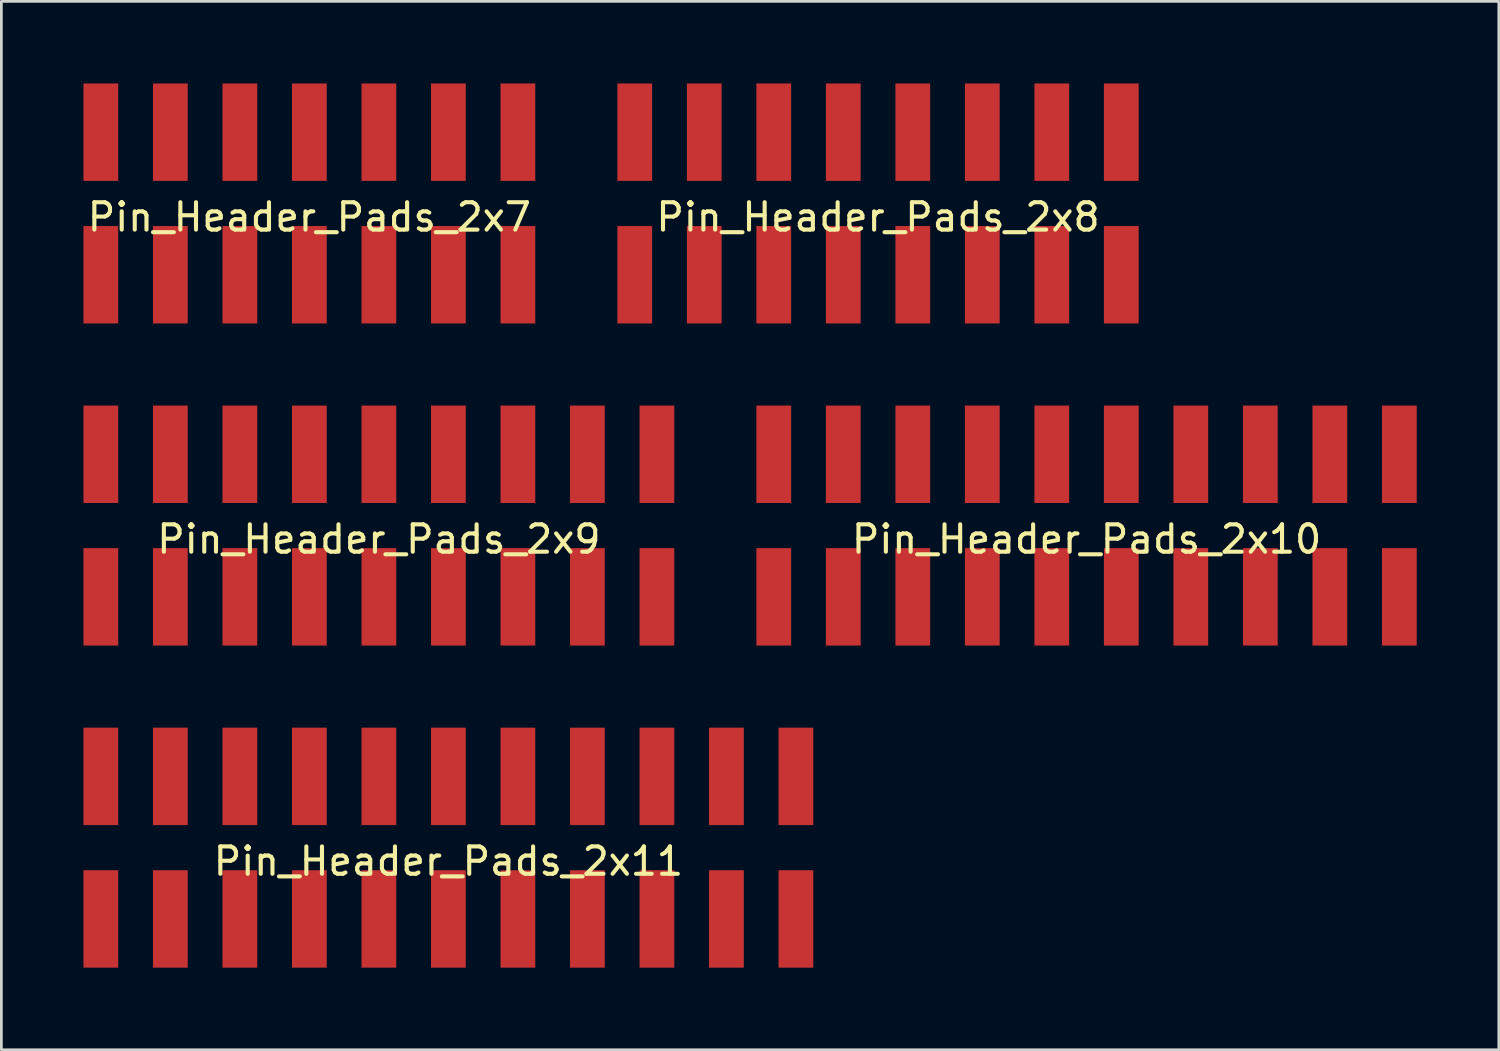
<source format=kicad_pcb>
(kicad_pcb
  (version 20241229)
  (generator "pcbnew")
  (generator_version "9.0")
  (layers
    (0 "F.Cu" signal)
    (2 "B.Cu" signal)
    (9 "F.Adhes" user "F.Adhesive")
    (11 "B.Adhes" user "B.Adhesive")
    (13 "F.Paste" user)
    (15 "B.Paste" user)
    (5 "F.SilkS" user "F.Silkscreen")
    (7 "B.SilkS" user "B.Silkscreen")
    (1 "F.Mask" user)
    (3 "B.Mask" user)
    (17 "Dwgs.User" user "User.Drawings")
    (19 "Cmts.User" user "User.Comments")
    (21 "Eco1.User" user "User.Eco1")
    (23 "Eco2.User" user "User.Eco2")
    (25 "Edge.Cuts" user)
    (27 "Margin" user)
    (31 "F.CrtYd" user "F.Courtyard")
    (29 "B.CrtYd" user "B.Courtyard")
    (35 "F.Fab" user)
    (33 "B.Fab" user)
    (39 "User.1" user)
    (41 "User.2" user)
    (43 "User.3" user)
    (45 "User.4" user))
  (footprint "Pin_Header_Pads_2x10"
    (layer "F.Cu")
    (at 36.655 16.155)
    (property "Reference" "Pin_Header_Pads_2x10" (at 0 0.5 0) (layer "F.SilkS") (effects (font (size 1 1) (thickness 0.15))))
    (attr through_hole)
    (pad "1" smd rect (at -11.43 2.605) (size 1.27 3.56) (layers "F.Cu" "F.Mask" "F.Paste"))
    (pad "2" smd rect (at -11.43 -2.605) (size 1.27 3.56) (layers "F.Cu" "F.Mask" "F.Paste"))
    (pad "3" smd rect (at -8.89 2.605) (size 1.27 3.56) (layers "F.Cu" "F.Mask" "F.Paste"))
    (pad "4" smd rect (at -8.89 -2.605) (size 1.27 3.56) (layers "F.Cu" "F.Mask" "F.Paste"))
    (pad "5" smd rect (at -6.35 2.605) (size 1.27 3.56) (layers "F.Cu" "F.Mask" "F.Paste"))
    (pad "6" smd rect (at -6.35 -2.605) (size 1.27 3.56) (layers "F.Cu" "F.Mask" "F.Paste"))
    (pad "7" smd rect (at -3.81 2.605) (size 1.27 3.56) (layers "F.Cu" "F.Mask" "F.Paste"))
    (pad "8" smd rect (at -3.81 -2.605) (size 1.27 3.56) (layers "F.Cu" "F.Mask" "F.Paste"))
    (pad "9" smd rect (at -1.27 2.605) (size 1.27 3.56) (layers "F.Cu" "F.Mask" "F.Paste"))
    (pad "10" smd rect (at -1.27 -2.605) (size 1.27 3.56) (layers "F.Cu" "F.Mask" "F.Paste"))
    (pad "11" smd rect (at 1.27 2.605) (size 1.27 3.56) (layers "F.Cu" "F.Mask" "F.Paste"))
    (pad "12" smd rect (at 1.27 -2.605) (size 1.27 3.56) (layers "F.Cu" "F.Mask" "F.Paste"))
    (pad "13" smd rect (at 3.81 2.605) (size 1.27 3.56) (layers "F.Cu" "F.Mask" "F.Paste"))
    (pad "14" smd rect (at 3.81 -2.605) (size 1.27 3.56) (layers "F.Cu" "F.Mask" "F.Paste"))
    (pad "15" smd rect (at 6.35 2.605) (size 1.27 3.56) (layers "F.Cu" "F.Mask" "F.Paste"))
    (pad "16" smd rect (at 6.35 -2.605) (size 1.27 3.56) (layers "F.Cu" "F.Mask" "F.Paste"))
    (pad "17" smd rect (at 8.89 2.605) (size 1.27 3.56) (layers "F.Cu" "F.Mask" "F.Paste"))
    (pad "18" smd rect (at 8.89 -2.605) (size 1.27 3.56) (layers "F.Cu" "F.Mask" "F.Paste"))
    (pad "19" smd rect (at 11.43 2.605) (size 1.27 3.56) (layers "F.Cu" "F.Mask" "F.Paste"))
    (pad "20" smd rect (at 11.43 -2.605) (size 1.27 3.56) (layers "F.Cu" "F.Mask" "F.Paste")))
  (footprint "Pin_Header_Pads_2x8"
    (layer "F.Cu")
    (at 29.035 4.385)
    (property "Reference" "Pin_Header_Pads_2x8" (at 0 0.5 0) (layer "F.SilkS") (effects (font (size 1 1) (thickness 0.15))))
    (attr through_hole)
    (pad "1" smd rect (at -8.89 2.605) (size 1.27 3.56) (layers "F.Cu" "F.Mask" "F.Paste"))
    (pad "2" smd rect (at -8.89 -2.605) (size 1.27 3.56) (layers "F.Cu" "F.Mask" "F.Paste"))
    (pad "3" smd rect (at -6.35 2.605) (size 1.27 3.56) (layers "F.Cu" "F.Mask" "F.Paste"))
    (pad "4" smd rect (at -6.35 -2.605) (size 1.27 3.56) (layers "F.Cu" "F.Mask" "F.Paste"))
    (pad "5" smd rect (at -3.81 2.605) (size 1.27 3.56) (layers "F.Cu" "F.Mask" "F.Paste"))
    (pad "6" smd rect (at -3.81 -2.605) (size 1.27 3.56) (layers "F.Cu" "F.Mask" "F.Paste"))
    (pad "7" smd rect (at -1.27 2.605) (size 1.27 3.56) (layers "F.Cu" "F.Mask" "F.Paste"))
    (pad "8" smd rect (at -1.27 -2.605) (size 1.27 3.56) (layers "F.Cu" "F.Mask" "F.Paste"))
    (pad "9" smd rect (at 1.27 2.605) (size 1.27 3.56) (layers "F.Cu" "F.Mask" "F.Paste"))
    (pad "10" smd rect (at 1.27 -2.605) (size 1.27 3.56) (layers "F.Cu" "F.Mask" "F.Paste"))
    (pad "11" smd rect (at 3.81 2.605) (size 1.27 3.56) (layers "F.Cu" "F.Mask" "F.Paste"))
    (pad "12" smd rect (at 3.81 -2.605) (size 1.27 3.56) (layers "F.Cu" "F.Mask" "F.Paste"))
    (pad "13" smd rect (at 6.35 2.605) (size 1.27 3.56) (layers "F.Cu" "F.Mask" "F.Paste"))
    (pad "14" smd rect (at 6.35 -2.605) (size 1.27 3.56) (layers "F.Cu" "F.Mask" "F.Paste"))
    (pad "15" smd rect (at 8.89 2.605) (size 1.27 3.56) (layers "F.Cu" "F.Mask" "F.Paste"))
    (pad "16" smd rect (at 8.89 -2.605) (size 1.27 3.56) (layers "F.Cu" "F.Mask" "F.Paste")))
  (footprint "Pin_Header_Pads_2x11"
    (layer "F.Cu")
    (at 13.335 27.925)
    (property "Reference" "Pin_Header_Pads_2x11" (at 0 0.5 0) (layer "F.SilkS") (effects (font (size 1 1) (thickness 0.15))))
    (attr through_hole)
    (pad "1" smd rect (at -12.7 2.605) (size 1.27 3.56) (layers "F.Cu" "F.Mask" "F.Paste"))
    (pad "2" smd rect (at -12.7 -2.605) (size 1.27 3.56) (layers "F.Cu" "F.Mask" "F.Paste"))
    (pad "3" smd rect (at -10.16 2.605) (size 1.27 3.56) (layers "F.Cu" "F.Mask" "F.Paste"))
    (pad "4" smd rect (at -10.16 -2.605) (size 1.27 3.56) (layers "F.Cu" "F.Mask" "F.Paste"))
    (pad "5" smd rect (at -7.62 2.605) (size 1.27 3.56) (layers "F.Cu" "F.Mask" "F.Paste"))
    (pad "6" smd rect (at -7.62 -2.605) (size 1.27 3.56) (layers "F.Cu" "F.Mask" "F.Paste"))
    (pad "7" smd rect (at -5.08 2.605) (size 1.27 3.56) (layers "F.Cu" "F.Mask" "F.Paste"))
    (pad "8" smd rect (at -5.08 -2.605) (size 1.27 3.56) (layers "F.Cu" "F.Mask" "F.Paste"))
    (pad "9" smd rect (at -2.54 2.605) (size 1.27 3.56) (layers "F.Cu" "F.Mask" "F.Paste"))
    (pad "10" smd rect (at -2.54 -2.605) (size 1.27 3.56) (layers "F.Cu" "F.Mask" "F.Paste"))
    (pad "11" smd rect (at 0 2.605) (size 1.27 3.56) (layers "F.Cu" "F.Mask" "F.Paste"))
    (pad "12" smd rect (at 0 -2.605) (size 1.27 3.56) (layers "F.Cu" "F.Mask" "F.Paste"))
    (pad "13" smd rect (at 2.54 2.605) (size 1.27 3.56) (layers "F.Cu" "F.Mask" "F.Paste"))
    (pad "14" smd rect (at 2.54 -2.605) (size 1.27 3.56) (layers "F.Cu" "F.Mask" "F.Paste"))
    (pad "15" smd rect (at 5.08 2.605) (size 1.27 3.56) (layers "F.Cu" "F.Mask" "F.Paste"))
    (pad "16" smd rect (at 5.08 -2.605) (size 1.27 3.56) (layers "F.Cu" "F.Mask" "F.Paste"))
    (pad "17" smd rect (at 7.62 2.605) (size 1.27 3.56) (layers "F.Cu" "F.Mask" "F.Paste"))
    (pad "18" smd rect (at 7.62 -2.605) (size 1.27 3.56) (layers "F.Cu" "F.Mask" "F.Paste"))
    (pad "19" smd rect (at 10.16 2.605) (size 1.27 3.56) (layers "F.Cu" "F.Mask" "F.Paste"))
    (pad "20" smd rect (at 10.16 -2.605) (size 1.27 3.56) (layers "F.Cu" "F.Mask" "F.Paste"))
    (pad "21" smd rect (at 12.7 2.605) (size 1.27 3.56) (layers "F.Cu" "F.Mask" "F.Paste"))
    (pad "22" smd rect (at 12.7 -2.605) (size 1.27 3.56) (layers "F.Cu" "F.Mask" "F.Paste")))
  (footprint "Pin_Header_Pads_2x9"
    (layer "F.Cu")
    (at 10.795 16.155)
    (property "Reference" "Pin_Header_Pads_2x9" (at 0 0.5 0) (layer "F.SilkS") (effects (font (size 1 1) (thickness 0.15))))
    (attr through_hole)
    (pad "1" smd rect (at -10.16 2.605) (size 1.27 3.56) (layers "F.Cu" "F.Mask" "F.Paste"))
    (pad "2" smd rect (at -10.16 -2.605) (size 1.27 3.56) (layers "F.Cu" "F.Mask" "F.Paste"))
    (pad "3" smd rect (at -7.62 2.605) (size 1.27 3.56) (layers "F.Cu" "F.Mask" "F.Paste"))
    (pad "4" smd rect (at -7.62 -2.605) (size 1.27 3.56) (layers "F.Cu" "F.Mask" "F.Paste"))
    (pad "5" smd rect (at -5.08 2.605) (size 1.27 3.56) (layers "F.Cu" "F.Mask" "F.Paste"))
    (pad "6" smd rect (at -5.08 -2.605) (size 1.27 3.56) (layers "F.Cu" "F.Mask" "F.Paste"))
    (pad "7" smd rect (at -2.54 2.605) (size 1.27 3.56) (layers "F.Cu" "F.Mask" "F.Paste"))
    (pad "8" smd rect (at -2.54 -2.605) (size 1.27 3.56) (layers "F.Cu" "F.Mask" "F.Paste"))
    (pad "9" smd rect (at 0 2.605) (size 1.27 3.56) (layers "F.Cu" "F.Mask" "F.Paste"))
    (pad "10" smd rect (at 0 -2.605) (size 1.27 3.56) (layers "F.Cu" "F.Mask" "F.Paste"))
    (pad "11" smd rect (at 2.54 2.605) (size 1.27 3.56) (layers "F.Cu" "F.Mask" "F.Paste"))
    (pad "12" smd rect (at 2.54 -2.605) (size 1.27 3.56) (layers "F.Cu" "F.Mask" "F.Paste"))
    (pad "13" smd rect (at 5.08 2.605) (size 1.27 3.56) (layers "F.Cu" "F.Mask" "F.Paste"))
    (pad "14" smd rect (at 5.08 -2.605) (size 1.27 3.56) (layers "F.Cu" "F.Mask" "F.Paste"))
    (pad "15" smd rect (at 7.62 2.605) (size 1.27 3.56) (layers "F.Cu" "F.Mask" "F.Paste"))
    (pad "16" smd rect (at 7.62 -2.605) (size 1.27 3.56) (layers "F.Cu" "F.Mask" "F.Paste"))
    (pad "17" smd rect (at 10.16 2.605) (size 1.27 3.56) (layers "F.Cu" "F.Mask" "F.Paste"))
    (pad "18" smd rect (at 10.16 -2.605) (size 1.27 3.56) (layers "F.Cu" "F.Mask" "F.Paste")))
  (footprint "Pin_Header_Pads_2x7"
    (layer "F.Cu")
    (at 8.255 4.385)
    (property "Reference" "Pin_Header_Pads_2x7" (at 0 0.5 0) (layer "F.SilkS") (effects (font (size 1 1) (thickness 0.15))))
    (attr through_hole)
    (pad "1" smd rect (at -7.62 2.605) (size 1.27 3.56) (layers "F.Cu" "F.Mask" "F.Paste"))
    (pad "2" smd rect (at -7.62 -2.605) (size 1.27 3.56) (layers "F.Cu" "F.Mask" "F.Paste"))
    (pad "3" smd rect (at -5.08 2.605) (size 1.27 3.56) (layers "F.Cu" "F.Mask" "F.Paste"))
    (pad "4" smd rect (at -5.08 -2.605) (size 1.27 3.56) (layers "F.Cu" "F.Mask" "F.Paste"))
    (pad "5" smd rect (at -2.54 2.605) (size 1.27 3.56) (layers "F.Cu" "F.Mask" "F.Paste"))
    (pad "6" smd rect (at -2.54 -2.605) (size 1.27 3.56) (layers "F.Cu" "F.Mask" "F.Paste"))
    (pad "7" smd rect (at 0 2.605) (size 1.27 3.56) (layers "F.Cu" "F.Mask" "F.Paste"))
    (pad "8" smd rect (at 0 -2.605) (size 1.27 3.56) (layers "F.Cu" "F.Mask" "F.Paste"))
    (pad "9" smd rect (at 2.54 2.605) (size 1.27 3.56) (layers "F.Cu" "F.Mask" "F.Paste"))
    (pad "10" smd rect (at 2.54 -2.605) (size 1.27 3.56) (layers "F.Cu" "F.Mask" "F.Paste"))
    (pad "11" smd rect (at 5.08 2.605) (size 1.27 3.56) (layers "F.Cu" "F.Mask" "F.Paste"))
    (pad "12" smd rect (at 5.08 -2.605) (size 1.27 3.56) (layers "F.Cu" "F.Mask" "F.Paste"))
    (pad "13" smd rect (at 7.62 2.605) (size 1.27 3.56) (layers "F.Cu" "F.Mask" "F.Paste"))
    (pad "14" smd rect (at 7.62 -2.605) (size 1.27 3.56) (layers "F.Cu" "F.Mask" "F.Paste")))
  (gr_rect
    (start -3 -3)
    (end 51.72 35.31)
    (stroke (width 0.1) (type default))
    (fill no)
    (layer "Edge.Cuts")))
</source>
